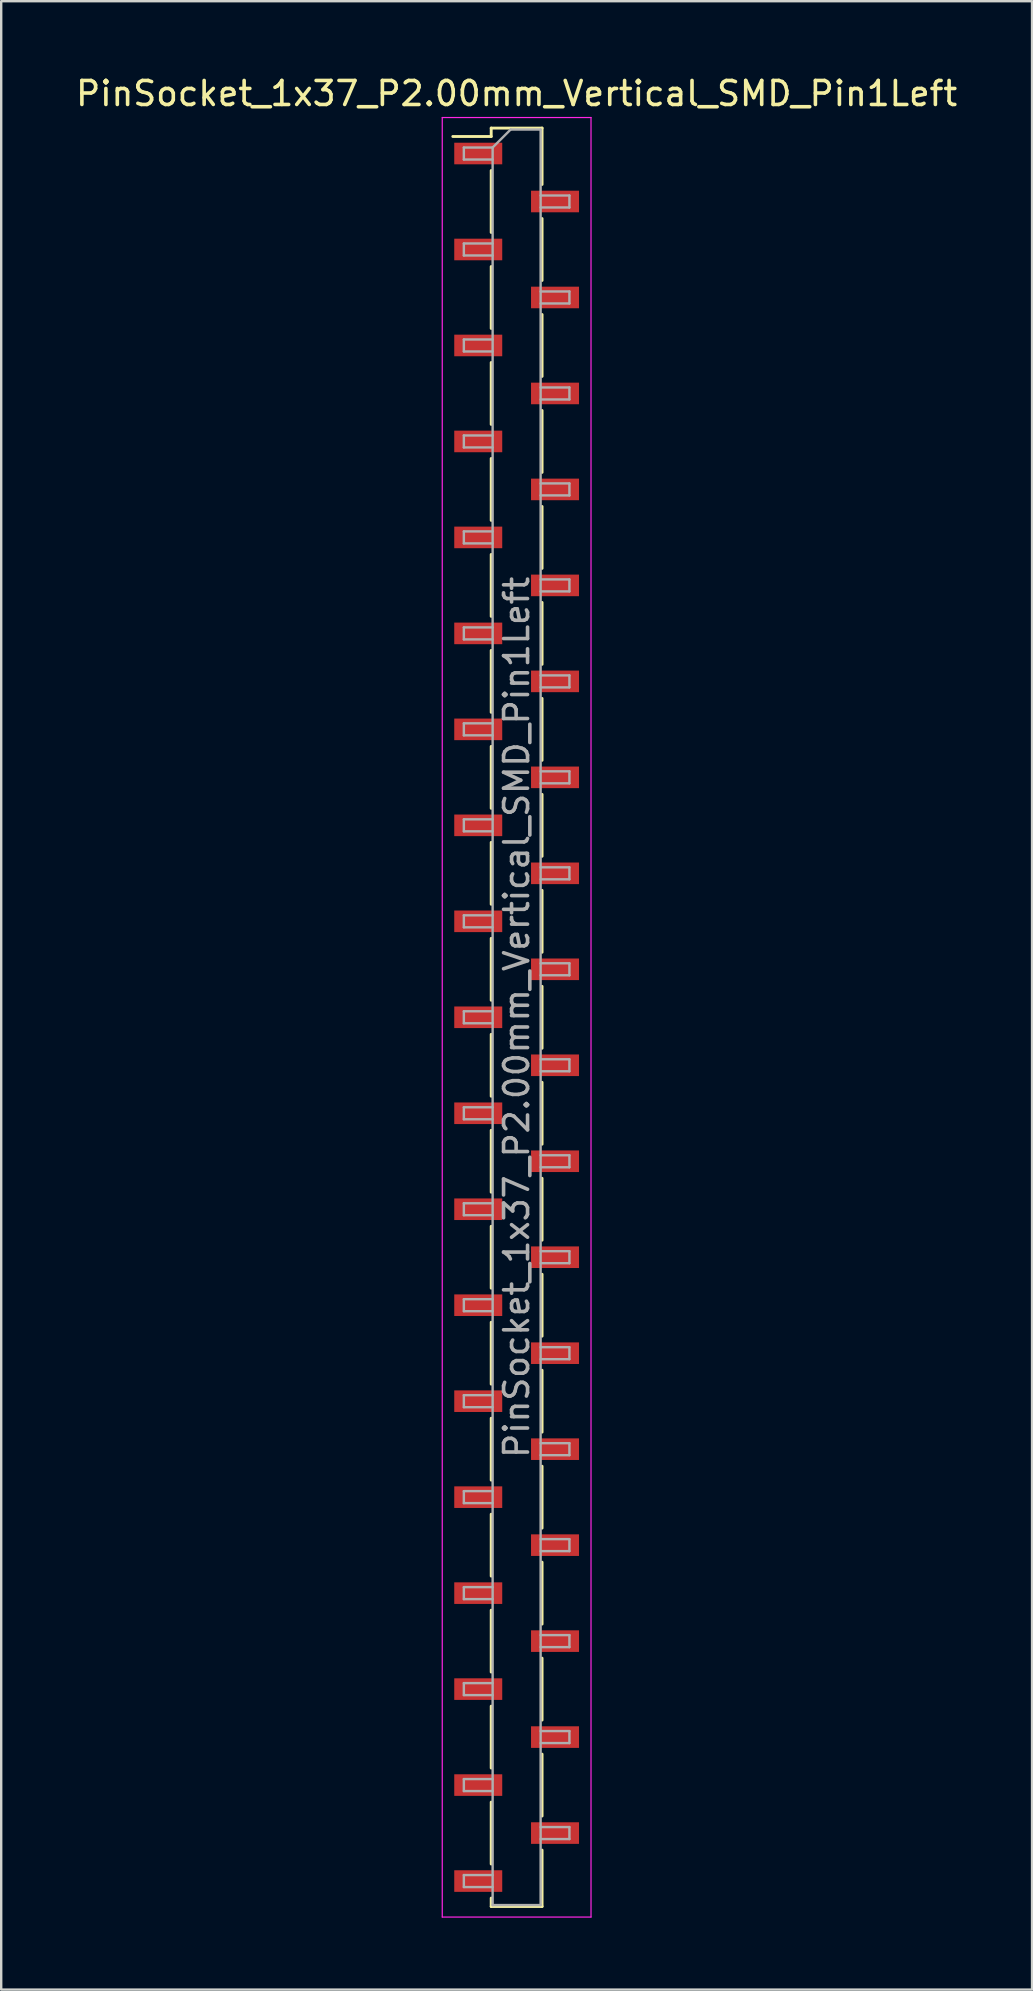
<source format=kicad_pcb>
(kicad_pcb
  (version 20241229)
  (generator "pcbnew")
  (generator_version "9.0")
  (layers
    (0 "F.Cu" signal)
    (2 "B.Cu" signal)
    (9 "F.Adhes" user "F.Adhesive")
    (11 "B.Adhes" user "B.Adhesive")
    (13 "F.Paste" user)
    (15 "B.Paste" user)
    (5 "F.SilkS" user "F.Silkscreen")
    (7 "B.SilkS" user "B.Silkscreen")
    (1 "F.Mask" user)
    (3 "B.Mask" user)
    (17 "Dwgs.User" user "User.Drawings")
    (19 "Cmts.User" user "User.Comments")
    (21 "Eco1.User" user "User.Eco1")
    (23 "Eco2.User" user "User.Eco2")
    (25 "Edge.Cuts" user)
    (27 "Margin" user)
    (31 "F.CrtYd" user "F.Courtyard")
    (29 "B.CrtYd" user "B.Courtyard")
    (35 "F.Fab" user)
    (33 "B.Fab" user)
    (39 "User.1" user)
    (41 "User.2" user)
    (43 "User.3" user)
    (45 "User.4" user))
  (footprint "PinSocket_1x37_P2.00mm_Vertical_SMD_Pin1Left"
    (layer "F.Cu")
    (at 18.482 39.348)
    (property "Reference" "PinSocket_1x37_P2.00mm_Vertical_SMD_Pin1Left" (at 0 -38.5 0) (layer "F.SilkS") (effects (font (size 1 1) (thickness 0.15))))
    (attr smd)
    (fp_line (start -2.66 -36.71) (end -1.06 -36.71) (stroke (width 0.12) (type solid)) (layer "F.SilkS"))
    (fp_line (start -1.06 -37.06) (end 1.06 -37.06) (stroke (width 0.12) (type solid)) (layer "F.SilkS"))
    (fp_line (start -1.06 -36.71) (end -1.06 -37.06) (stroke (width 0.12) (type solid)) (layer "F.SilkS"))
    (fp_line (start -1.06 -35.29) (end -1.06 -32.71) (stroke (width 0.12) (type solid)) (layer "F.SilkS"))
    (fp_line (start -1.06 -31.29) (end -1.06 -28.71) (stroke (width 0.12) (type solid)) (layer "F.SilkS"))
    (fp_line (start -1.06 -27.29) (end -1.06 -24.71) (stroke (width 0.12) (type solid)) (layer "F.SilkS"))
    (fp_line (start -1.06 -23.29) (end -1.06 -20.71) (stroke (width 0.12) (type solid)) (layer "F.SilkS"))
    (fp_line (start -1.06 -19.29) (end -1.06 -16.71) (stroke (width 0.12) (type solid)) (layer "F.SilkS"))
    (fp_line (start -1.06 -15.29) (end -1.06 -12.71) (stroke (width 0.12) (type solid)) (layer "F.SilkS"))
    (fp_line (start -1.06 -11.29) (end -1.06 -8.71) (stroke (width 0.12) (type solid)) (layer "F.SilkS"))
    (fp_line (start -1.06 -7.29) (end -1.06 -4.71) (stroke (width 0.12) (type solid)) (layer "F.SilkS"))
    (fp_line (start -1.06 -3.29) (end -1.06 -0.71) (stroke (width 0.12) (type solid)) (layer "F.SilkS"))
    (fp_line (start -1.06 0.71) (end -1.06 3.29) (stroke (width 0.12) (type solid)) (layer "F.SilkS"))
    (fp_line (start -1.06 4.71) (end -1.06 7.29) (stroke (width 0.12) (type solid)) (layer "F.SilkS"))
    (fp_line (start -1.06 8.71) (end -1.06 11.29) (stroke (width 0.12) (type solid)) (layer "F.SilkS"))
    (fp_line (start -1.06 12.71) (end -1.06 15.29) (stroke (width 0.12) (type solid)) (layer "F.SilkS"))
    (fp_line (start -1.06 16.71) (end -1.06 19.29) (stroke (width 0.12) (type solid)) (layer "F.SilkS"))
    (fp_line (start -1.06 20.71) (end -1.06 23.29) (stroke (width 0.12) (type solid)) (layer "F.SilkS"))
    (fp_line (start -1.06 24.71) (end -1.06 27.29) (stroke (width 0.12) (type solid)) (layer "F.SilkS"))
    (fp_line (start -1.06 28.71) (end -1.06 31.29) (stroke (width 0.12) (type solid)) (layer "F.SilkS"))
    (fp_line (start -1.06 32.71) (end -1.06 35.29) (stroke (width 0.12) (type solid)) (layer "F.SilkS"))
    (fp_line (start -1.06 37.06) (end -1.06 36.71) (stroke (width 0.12) (type solid)) (layer "F.SilkS"))
    (fp_line (start 1.06 -37.06) (end 1.06 -34.71) (stroke (width 0.12) (type solid)) (layer "F.SilkS"))
    (fp_line (start 1.06 -33.29) (end 1.06 -30.71) (stroke (width 0.12) (type solid)) (layer "F.SilkS"))
    (fp_line (start 1.06 -29.29) (end 1.06 -26.71) (stroke (width 0.12) (type solid)) (layer "F.SilkS"))
    (fp_line (start 1.06 -25.29) (end 1.06 -22.71) (stroke (width 0.12) (type solid)) (layer "F.SilkS"))
    (fp_line (start 1.06 -21.29) (end 1.06 -18.71) (stroke (width 0.12) (type solid)) (layer "F.SilkS"))
    (fp_line (start 1.06 -17.29) (end 1.06 -14.71) (stroke (width 0.12) (type solid)) (layer "F.SilkS"))
    (fp_line (start 1.06 -13.29) (end 1.06 -10.71) (stroke (width 0.12) (type solid)) (layer "F.SilkS"))
    (fp_line (start 1.06 -9.29) (end 1.06 -6.71) (stroke (width 0.12) (type solid)) (layer "F.SilkS"))
    (fp_line (start 1.06 -5.29) (end 1.06 -2.71) (stroke (width 0.12) (type solid)) (layer "F.SilkS"))
    (fp_line (start 1.06 -1.29) (end 1.06 1.29) (stroke (width 0.12) (type solid)) (layer "F.SilkS"))
    (fp_line (start 1.06 2.71) (end 1.06 5.29) (stroke (width 0.12) (type solid)) (layer "F.SilkS"))
    (fp_line (start 1.06 6.71) (end 1.06 9.29) (stroke (width 0.12) (type solid)) (layer "F.SilkS"))
    (fp_line (start 1.06 10.71) (end 1.06 13.29) (stroke (width 0.12) (type solid)) (layer "F.SilkS"))
    (fp_line (start 1.06 14.71) (end 1.06 17.29) (stroke (width 0.12) (type solid)) (layer "F.SilkS"))
    (fp_line (start 1.06 18.71) (end 1.06 21.29) (stroke (width 0.12) (type solid)) (layer "F.SilkS"))
    (fp_line (start 1.06 22.71) (end 1.06 25.29) (stroke (width 0.12) (type solid)) (layer "F.SilkS"))
    (fp_line (start 1.06 26.71) (end 1.06 29.29) (stroke (width 0.12) (type solid)) (layer "F.SilkS"))
    (fp_line (start 1.06 30.71) (end 1.06 33.29) (stroke (width 0.12) (type solid)) (layer "F.SilkS"))
    (fp_line (start 1.06 34.71) (end 1.06 37.06) (stroke (width 0.12) (type solid)) (layer "F.SilkS"))
    (fp_line (start 1.06 37.06) (end -1.06 37.06) (stroke (width 0.12) (type solid)) (layer "F.SilkS"))
    (fp_line (start -3.1 -37.5) (end 3.1 -37.5) (stroke (width 0.05) (type solid)) (layer "F.CrtYd"))
    (fp_line (start -3.1 37.5) (end -3.1 -37.5) (stroke (width 0.05) (type solid)) (layer "F.CrtYd"))
    (fp_line (start 3.1 -37.5) (end 3.1 37.5) (stroke (width 0.05) (type solid)) (layer "F.CrtYd"))
    (fp_line (start 3.1 37.5) (end -3.1 37.5) (stroke (width 0.05) (type solid)) (layer "F.CrtYd"))
    (fp_line (start -2.2 -36.25) (end -1 -36.25) (stroke (width 0.1) (type solid)) (layer "F.Fab"))
    (fp_line (start -2.2 -35.75) (end -2.2 -36.25) (stroke (width 0.1) (type solid)) (layer "F.Fab"))
    (fp_line (start -2.2 -32.25) (end -1 -32.25) (stroke (width 0.1) (type solid)) (layer "F.Fab"))
    (fp_line (start -2.2 -31.75) (end -2.2 -32.25) (stroke (width 0.1) (type solid)) (layer "F.Fab"))
    (fp_line (start -2.2 -28.25) (end -1 -28.25) (stroke (width 0.1) (type solid)) (layer "F.Fab"))
    (fp_line (start -2.2 -27.75) (end -2.2 -28.25) (stroke (width 0.1) (type solid)) (layer "F.Fab"))
    (fp_line (start -2.2 -24.25) (end -1 -24.25) (stroke (width 0.1) (type solid)) (layer "F.Fab"))
    (fp_line (start -2.2 -23.75) (end -2.2 -24.25) (stroke (width 0.1) (type solid)) (layer "F.Fab"))
    (fp_line (start -2.2 -20.25) (end -1 -20.25) (stroke (width 0.1) (type solid)) (layer "F.Fab"))
    (fp_line (start -2.2 -19.75) (end -2.2 -20.25) (stroke (width 0.1) (type solid)) (layer "F.Fab"))
    (fp_line (start -2.2 -16.25) (end -1 -16.25) (stroke (width 0.1) (type solid)) (layer "F.Fab"))
    (fp_line (start -2.2 -15.75) (end -2.2 -16.25) (stroke (width 0.1) (type solid)) (layer "F.Fab"))
    (fp_line (start -2.2 -12.25) (end -1 -12.25) (stroke (width 0.1) (type solid)) (layer "F.Fab"))
    (fp_line (start -2.2 -11.75) (end -2.2 -12.25) (stroke (width 0.1) (type solid)) (layer "F.Fab"))
    (fp_line (start -2.2 -8.25) (end -1 -8.25) (stroke (width 0.1) (type solid)) (layer "F.Fab"))
    (fp_line (start -2.2 -7.75) (end -2.2 -8.25) (stroke (width 0.1) (type solid)) (layer "F.Fab"))
    (fp_line (start -2.2 -4.25) (end -1 -4.25) (stroke (width 0.1) (type solid)) (layer "F.Fab"))
    (fp_line (start -2.2 -3.75) (end -2.2 -4.25) (stroke (width 0.1) (type solid)) (layer "F.Fab"))
    (fp_line (start -2.2 -0.25) (end -1 -0.25) (stroke (width 0.1) (type solid)) (layer "F.Fab"))
    (fp_line (start -2.2 0.25) (end -2.2 -0.25) (stroke (width 0.1) (type solid)) (layer "F.Fab"))
    (fp_line (start -2.2 3.75) (end -1 3.75) (stroke (width 0.1) (type solid)) (layer "F.Fab"))
    (fp_line (start -2.2 4.25) (end -2.2 3.75) (stroke (width 0.1) (type solid)) (layer "F.Fab"))
    (fp_line (start -2.2 7.75) (end -1 7.75) (stroke (width 0.1) (type solid)) (layer "F.Fab"))
    (fp_line (start -2.2 8.25) (end -2.2 7.75) (stroke (width 0.1) (type solid)) (layer "F.Fab"))
    (fp_line (start -2.2 11.75) (end -1 11.75) (stroke (width 0.1) (type solid)) (layer "F.Fab"))
    (fp_line (start -2.2 12.25) (end -2.2 11.75) (stroke (width 0.1) (type solid)) (layer "F.Fab"))
    (fp_line (start -2.2 15.75) (end -1 15.75) (stroke (width 0.1) (type solid)) (layer "F.Fab"))
    (fp_line (start -2.2 16.25) (end -2.2 15.75) (stroke (width 0.1) (type solid)) (layer "F.Fab"))
    (fp_line (start -2.2 19.75) (end -1 19.75) (stroke (width 0.1) (type solid)) (layer "F.Fab"))
    (fp_line (start -2.2 20.25) (end -2.2 19.75) (stroke (width 0.1) (type solid)) (layer "F.Fab"))
    (fp_line (start -2.2 23.75) (end -1 23.75) (stroke (width 0.1) (type solid)) (layer "F.Fab"))
    (fp_line (start -2.2 24.25) (end -2.2 23.75) (stroke (width 0.1) (type solid)) (layer "F.Fab"))
    (fp_line (start -2.2 27.75) (end -1 27.75) (stroke (width 0.1) (type solid)) (layer "F.Fab"))
    (fp_line (start -2.2 28.25) (end -2.2 27.75) (stroke (width 0.1) (type solid)) (layer "F.Fab"))
    (fp_line (start -2.2 31.75) (end -1 31.75) (stroke (width 0.1) (type solid)) (layer "F.Fab"))
    (fp_line (start -2.2 32.25) (end -2.2 31.75) (stroke (width 0.1) (type solid)) (layer "F.Fab"))
    (fp_line (start -2.2 35.75) (end -1 35.75) (stroke (width 0.1) (type solid)) (layer "F.Fab"))
    (fp_line (start -2.2 36.25) (end -2.2 35.75) (stroke (width 0.1) (type solid)) (layer "F.Fab"))
    (fp_line (start -1 -36.25) (end -0.25 -37) (stroke (width 0.1) (type solid)) (layer "F.Fab"))
    (fp_line (start -1 -35.75) (end -2.2 -35.75) (stroke (width 0.1) (type solid)) (layer "F.Fab"))
    (fp_line (start -1 -31.75) (end -2.2 -31.75) (stroke (width 0.1) (type solid)) (layer "F.Fab"))
    (fp_line (start -1 -27.75) (end -2.2 -27.75) (stroke (width 0.1) (type solid)) (layer "F.Fab"))
    (fp_line (start -1 -23.75) (end -2.2 -23.75) (stroke (width 0.1) (type solid)) (layer "F.Fab"))
    (fp_line (start -1 -19.75) (end -2.2 -19.75) (stroke (width 0.1) (type solid)) (layer "F.Fab"))
    (fp_line (start -1 -15.75) (end -2.2 -15.75) (stroke (width 0.1) (type solid)) (layer "F.Fab"))
    (fp_line (start -1 -11.75) (end -2.2 -11.75) (stroke (width 0.1) (type solid)) (layer "F.Fab"))
    (fp_line (start -1 -7.75) (end -2.2 -7.75) (stroke (width 0.1) (type solid)) (layer "F.Fab"))
    (fp_line (start -1 -3.75) (end -2.2 -3.75) (stroke (width 0.1) (type solid)) (layer "F.Fab"))
    (fp_line (start -1 0.25) (end -2.2 0.25) (stroke (width 0.1) (type solid)) (layer "F.Fab"))
    (fp_line (start -1 4.25) (end -2.2 4.25) (stroke (width 0.1) (type solid)) (layer "F.Fab"))
    (fp_line (start -1 8.25) (end -2.2 8.25) (stroke (width 0.1) (type solid)) (layer "F.Fab"))
    (fp_line (start -1 12.25) (end -2.2 12.25) (stroke (width 0.1) (type solid)) (layer "F.Fab"))
    (fp_line (start -1 16.25) (end -2.2 16.25) (stroke (width 0.1) (type solid)) (layer "F.Fab"))
    (fp_line (start -1 20.25) (end -2.2 20.25) (stroke (width 0.1) (type solid)) (layer "F.Fab"))
    (fp_line (start -1 24.25) (end -2.2 24.25) (stroke (width 0.1) (type solid)) (layer "F.Fab"))
    (fp_line (start -1 28.25) (end -2.2 28.25) (stroke (width 0.1) (type solid)) (layer "F.Fab"))
    (fp_line (start -1 32.25) (end -2.2 32.25) (stroke (width 0.1) (type solid)) (layer "F.Fab"))
    (fp_line (start -1 36.25) (end -2.2 36.25) (stroke (width 0.1) (type solid)) (layer "F.Fab"))
    (fp_line (start -1 37) (end -1 -36.25) (stroke (width 0.1) (type solid)) (layer "F.Fab"))
    (fp_line (start -0.25 -37) (end 1 -37) (stroke (width 0.1) (type solid)) (layer "F.Fab"))
    (fp_line (start 1 -37) (end 1 37) (stroke (width 0.1) (type solid)) (layer "F.Fab"))
    (fp_line (start 1 -34.25) (end 2.2 -34.25) (stroke (width 0.1) (type solid)) (layer "F.Fab"))
    (fp_line (start 1 -30.25) (end 2.2 -30.25) (stroke (width 0.1) (type solid)) (layer "F.Fab"))
    (fp_line (start 1 -26.25) (end 2.2 -26.25) (stroke (width 0.1) (type solid)) (layer "F.Fab"))
    (fp_line (start 1 -22.25) (end 2.2 -22.25) (stroke (width 0.1) (type solid)) (layer "F.Fab"))
    (fp_line (start 1 -18.25) (end 2.2 -18.25) (stroke (width 0.1) (type solid)) (layer "F.Fab"))
    (fp_line (start 1 -14.25) (end 2.2 -14.25) (stroke (width 0.1) (type solid)) (layer "F.Fab"))
    (fp_line (start 1 -10.25) (end 2.2 -10.25) (stroke (width 0.1) (type solid)) (layer "F.Fab"))
    (fp_line (start 1 -6.25) (end 2.2 -6.25) (stroke (width 0.1) (type solid)) (layer "F.Fab"))
    (fp_line (start 1 -2.25) (end 2.2 -2.25) (stroke (width 0.1) (type solid)) (layer "F.Fab"))
    (fp_line (start 1 1.75) (end 2.2 1.75) (stroke (width 0.1) (type solid)) (layer "F.Fab"))
    (fp_line (start 1 5.75) (end 2.2 5.75) (stroke (width 0.1) (type solid)) (layer "F.Fab"))
    (fp_line (start 1 9.75) (end 2.2 9.75) (stroke (width 0.1) (type solid)) (layer "F.Fab"))
    (fp_line (start 1 13.75) (end 2.2 13.75) (stroke (width 0.1) (type solid)) (layer "F.Fab"))
    (fp_line (start 1 17.75) (end 2.2 17.75) (stroke (width 0.1) (type solid)) (layer "F.Fab"))
    (fp_line (start 1 21.75) (end 2.2 21.75) (stroke (width 0.1) (type solid)) (layer "F.Fab"))
    (fp_line (start 1 25.75) (end 2.2 25.75) (stroke (width 0.1) (type solid)) (layer "F.Fab"))
    (fp_line (start 1 29.75) (end 2.2 29.75) (stroke (width 0.1) (type solid)) (layer "F.Fab"))
    (fp_line (start 1 33.75) (end 2.2 33.75) (stroke (width 0.1) (type solid)) (layer "F.Fab"))
    (fp_line (start 1 37) (end -1 37) (stroke (width 0.1) (type solid)) (layer "F.Fab"))
    (fp_line (start 2.2 -34.25) (end 2.2 -33.75) (stroke (width 0.1) (type solid)) (layer "F.Fab"))
    (fp_line (start 2.2 -33.75) (end 1 -33.75) (stroke (width 0.1) (type solid)) (layer "F.Fab"))
    (fp_line (start 2.2 -30.25) (end 2.2 -29.75) (stroke (width 0.1) (type solid)) (layer "F.Fab"))
    (fp_line (start 2.2 -29.75) (end 1 -29.75) (stroke (width 0.1) (type solid)) (layer "F.Fab"))
    (fp_line (start 2.2 -26.25) (end 2.2 -25.75) (stroke (width 0.1) (type solid)) (layer "F.Fab"))
    (fp_line (start 2.2 -25.75) (end 1 -25.75) (stroke (width 0.1) (type solid)) (layer "F.Fab"))
    (fp_line (start 2.2 -22.25) (end 2.2 -21.75) (stroke (width 0.1) (type solid)) (layer "F.Fab"))
    (fp_line (start 2.2 -21.75) (end 1 -21.75) (stroke (width 0.1) (type solid)) (layer "F.Fab"))
    (fp_line (start 2.2 -18.25) (end 2.2 -17.75) (stroke (width 0.1) (type solid)) (layer "F.Fab"))
    (fp_line (start 2.2 -17.75) (end 1 -17.75) (stroke (width 0.1) (type solid)) (layer "F.Fab"))
    (fp_line (start 2.2 -14.25) (end 2.2 -13.75) (stroke (width 0.1) (type solid)) (layer "F.Fab"))
    (fp_line (start 2.2 -13.75) (end 1 -13.75) (stroke (width 0.1) (type solid)) (layer "F.Fab"))
    (fp_line (start 2.2 -10.25) (end 2.2 -9.75) (stroke (width 0.1) (type solid)) (layer "F.Fab"))
    (fp_line (start 2.2 -9.75) (end 1 -9.75) (stroke (width 0.1) (type solid)) (layer "F.Fab"))
    (fp_line (start 2.2 -6.25) (end 2.2 -5.75) (stroke (width 0.1) (type solid)) (layer "F.Fab"))
    (fp_line (start 2.2 -5.75) (end 1 -5.75) (stroke (width 0.1) (type solid)) (layer "F.Fab"))
    (fp_line (start 2.2 -2.25) (end 2.2 -1.75) (stroke (width 0.1) (type solid)) (layer "F.Fab"))
    (fp_line (start 2.2 -1.75) (end 1 -1.75) (stroke (width 0.1) (type solid)) (layer "F.Fab"))
    (fp_line (start 2.2 1.75) (end 2.2 2.25) (stroke (width 0.1) (type solid)) (layer "F.Fab"))
    (fp_line (start 2.2 2.25) (end 1 2.25) (stroke (width 0.1) (type solid)) (layer "F.Fab"))
    (fp_line (start 2.2 5.75) (end 2.2 6.25) (stroke (width 0.1) (type solid)) (layer "F.Fab"))
    (fp_line (start 2.2 6.25) (end 1 6.25) (stroke (width 0.1) (type solid)) (layer "F.Fab"))
    (fp_line (start 2.2 9.75) (end 2.2 10.25) (stroke (width 0.1) (type solid)) (layer "F.Fab"))
    (fp_line (start 2.2 10.25) (end 1 10.25) (stroke (width 0.1) (type solid)) (layer "F.Fab"))
    (fp_line (start 2.2 13.75) (end 2.2 14.25) (stroke (width 0.1) (type solid)) (layer "F.Fab"))
    (fp_line (start 2.2 14.25) (end 1 14.25) (stroke (width 0.1) (type solid)) (layer "F.Fab"))
    (fp_line (start 2.2 17.75) (end 2.2 18.25) (stroke (width 0.1) (type solid)) (layer "F.Fab"))
    (fp_line (start 2.2 18.25) (end 1 18.25) (stroke (width 0.1) (type solid)) (layer "F.Fab"))
    (fp_line (start 2.2 21.75) (end 2.2 22.25) (stroke (width 0.1) (type solid)) (layer "F.Fab"))
    (fp_line (start 2.2 22.25) (end 1 22.25) (stroke (width 0.1) (type solid)) (layer "F.Fab"))
    (fp_line (start 2.2 25.75) (end 2.2 26.25) (stroke (width 0.1) (type solid)) (layer "F.Fab"))
    (fp_line (start 2.2 26.25) (end 1 26.25) (stroke (width 0.1) (type solid)) (layer "F.Fab"))
    (fp_line (start 2.2 29.75) (end 2.2 30.25) (stroke (width 0.1) (type solid)) (layer "F.Fab"))
    (fp_line (start 2.2 30.25) (end 1 30.25) (stroke (width 0.1) (type solid)) (layer "F.Fab"))
    (fp_line (start 2.2 33.75) (end 2.2 34.25) (stroke (width 0.1) (type solid)) (layer "F.Fab"))
    (fp_line (start 2.2 34.25) (end 1 34.25) (stroke (width 0.1) (type solid)) (layer "F.Fab"))
    (fp_text user "${REFERENCE}" (at 0 0 90) (layer "F.Fab") (effects (font (size 1 1) (thickness 0.15))))
    (pad "1" smd rect (at -1.6 -36) (size 2 0.9) (layers "F.Cu" "F.Mask" "F.Paste"))
    (pad "2" smd rect (at 1.6 -34) (size 2 0.9) (layers "F.Cu" "F.Mask" "F.Paste"))
    (pad "3" smd rect (at -1.6 -32) (size 2 0.9) (layers "F.Cu" "F.Mask" "F.Paste"))
    (pad "4" smd rect (at 1.6 -30) (size 2 0.9) (layers "F.Cu" "F.Mask" "F.Paste"))
    (pad "5" smd rect (at -1.6 -28) (size 2 0.9) (layers "F.Cu" "F.Mask" "F.Paste"))
    (pad "6" smd rect (at 1.6 -26) (size 2 0.9) (layers "F.Cu" "F.Mask" "F.Paste"))
    (pad "7" smd rect (at -1.6 -24) (size 2 0.9) (layers "F.Cu" "F.Mask" "F.Paste"))
    (pad "8" smd rect (at 1.6 -22) (size 2 0.9) (layers "F.Cu" "F.Mask" "F.Paste"))
    (pad "9" smd rect (at -1.6 -20) (size 2 0.9) (layers "F.Cu" "F.Mask" "F.Paste"))
    (pad "10" smd rect (at 1.6 -18) (size 2 0.9) (layers "F.Cu" "F.Mask" "F.Paste"))
    (pad "11" smd rect (at -1.6 -16) (size 2 0.9) (layers "F.Cu" "F.Mask" "F.Paste"))
    (pad "12" smd rect (at 1.6 -14) (size 2 0.9) (layers "F.Cu" "F.Mask" "F.Paste"))
    (pad "13" smd rect (at -1.6 -12) (size 2 0.9) (layers "F.Cu" "F.Mask" "F.Paste"))
    (pad "14" smd rect (at 1.6 -10) (size 2 0.9) (layers "F.Cu" "F.Mask" "F.Paste"))
    (pad "15" smd rect (at -1.6 -8) (size 2 0.9) (layers "F.Cu" "F.Mask" "F.Paste"))
    (pad "16" smd rect (at 1.6 -6) (size 2 0.9) (layers "F.Cu" "F.Mask" "F.Paste"))
    (pad "17" smd rect (at -1.6 -4) (size 2 0.9) (layers "F.Cu" "F.Mask" "F.Paste"))
    (pad "18" smd rect (at 1.6 -2) (size 2 0.9) (layers "F.Cu" "F.Mask" "F.Paste"))
    (pad "19" smd rect (at -1.6 0) (size 2 0.9) (layers "F.Cu" "F.Mask" "F.Paste"))
    (pad "20" smd rect (at 1.6 2) (size 2 0.9) (layers "F.Cu" "F.Mask" "F.Paste"))
    (pad "21" smd rect (at -1.6 4) (size 2 0.9) (layers "F.Cu" "F.Mask" "F.Paste"))
    (pad "22" smd rect (at 1.6 6) (size 2 0.9) (layers "F.Cu" "F.Mask" "F.Paste"))
    (pad "23" smd rect (at -1.6 8) (size 2 0.9) (layers "F.Cu" "F.Mask" "F.Paste"))
    (pad "24" smd rect (at 1.6 10) (size 2 0.9) (layers "F.Cu" "F.Mask" "F.Paste"))
    (pad "25" smd rect (at -1.6 12) (size 2 0.9) (layers "F.Cu" "F.Mask" "F.Paste"))
    (pad "26" smd rect (at 1.6 14) (size 2 0.9) (layers "F.Cu" "F.Mask" "F.Paste"))
    (pad "27" smd rect (at -1.6 16) (size 2 0.9) (layers "F.Cu" "F.Mask" "F.Paste"))
    (pad "28" smd rect (at 1.6 18) (size 2 0.9) (layers "F.Cu" "F.Mask" "F.Paste"))
    (pad "29" smd rect (at -1.6 20) (size 2 0.9) (layers "F.Cu" "F.Mask" "F.Paste"))
    (pad "30" smd rect (at 1.6 22) (size 2 0.9) (layers "F.Cu" "F.Mask" "F.Paste"))
    (pad "31" smd rect (at -1.6 24) (size 2 0.9) (layers "F.Cu" "F.Mask" "F.Paste"))
    (pad "32" smd rect (at 1.6 26) (size 2 0.9) (layers "F.Cu" "F.Mask" "F.Paste"))
    (pad "33" smd rect (at -1.6 28) (size 2 0.9) (layers "F.Cu" "F.Mask" "F.Paste"))
    (pad "34" smd rect (at 1.6 30) (size 2 0.9) (layers "F.Cu" "F.Mask" "F.Paste"))
    (pad "35" smd rect (at -1.6 32) (size 2 0.9) (layers "F.Cu" "F.Mask" "F.Paste"))
    (pad "36" smd rect (at 1.6 34) (size 2 0.9) (layers "F.Cu" "F.Mask" "F.Paste"))
    (pad "37" smd rect (at -1.6 36) (size 2 0.9) (layers "F.Cu" "F.Mask" "F.Paste")))
  (gr_rect
    (start -3 -3)
    (end 39.964 79.873)
    (stroke (width 0.1) (type default))
    (fill no)
    (layer "Edge.Cuts")))
</source>
